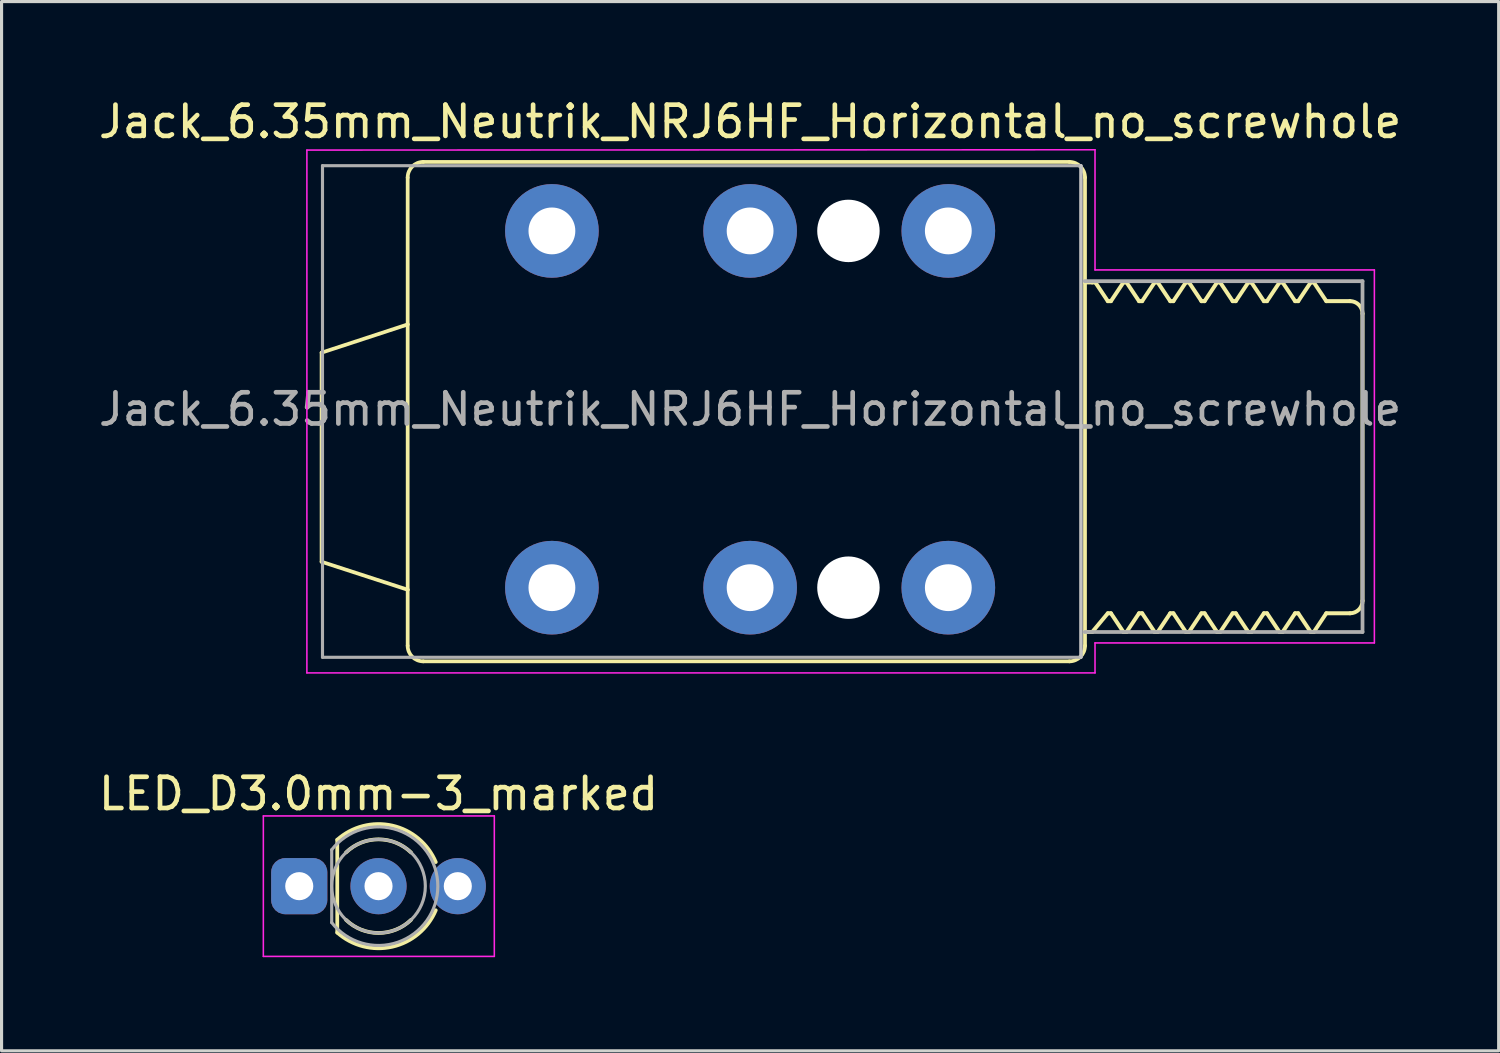
<source format=kicad_pcb>
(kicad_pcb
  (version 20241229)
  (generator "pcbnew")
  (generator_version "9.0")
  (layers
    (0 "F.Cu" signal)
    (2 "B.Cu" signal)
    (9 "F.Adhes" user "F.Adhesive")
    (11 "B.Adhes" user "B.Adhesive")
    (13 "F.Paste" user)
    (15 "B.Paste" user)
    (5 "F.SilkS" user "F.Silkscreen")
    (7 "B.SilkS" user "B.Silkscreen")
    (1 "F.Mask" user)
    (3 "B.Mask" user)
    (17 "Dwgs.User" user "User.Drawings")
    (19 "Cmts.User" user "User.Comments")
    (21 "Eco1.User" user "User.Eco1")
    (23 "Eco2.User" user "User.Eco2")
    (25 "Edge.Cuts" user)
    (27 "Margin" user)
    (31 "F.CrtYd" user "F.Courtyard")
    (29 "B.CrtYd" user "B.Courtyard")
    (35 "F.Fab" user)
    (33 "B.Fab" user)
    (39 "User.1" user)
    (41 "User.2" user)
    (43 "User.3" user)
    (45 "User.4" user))
  (footprint "Jack_6.35mm_Neutrik_NRJ6HF_Horizontal_no_screwhole"
    (layer "F.Cu")
    (at 14.632 4.348)
    (property "Reference" "Jack_6.35mm_Neutrik_NRJ6HF_Horizontal_no_screwhole" (at 6.35 -3.5 0) (layer "F.SilkS") (effects (font (size 1 1) (thickness 0.15))))
    (attr through_hole)
    (fp_line (start -7.379 3.9) (end -4.621 2.996) (stroke (width 0.12) (type solid)) (layer "F.SilkS"))
    (fp_line (start -7.379 10.6) (end -7.379 3.9) (stroke (width 0.12) (type solid)) (layer "F.SilkS"))
    (fp_line (start -4.621 -1.71) (end -4.621 2.996) (stroke (width 0.12) (type solid)) (layer "F.SilkS"))
    (fp_line (start -4.621 2.996) (end -4.621 11.496) (stroke (width 0.12) (type solid)) (layer "F.SilkS"))
    (fp_line (start -4.621 11.496) (end -7.379 10.6) (stroke (width 0.12) (type solid)) (layer "F.SilkS"))
    (fp_line (start -4.621 11.496) (end -4.621 13.29) (stroke (width 0.12) (type solid)) (layer "F.SilkS"))
    (fp_line (start -4.121 -2.21) (end 16.579 -2.21) (stroke (width 0.12) (type solid)) (layer "F.SilkS"))
    (fp_line (start -4.121 13.79) (end 16.579 13.79) (stroke (width 0.12) (type solid)) (layer "F.SilkS"))
    (fp_line (start 17.079 -1.71) (end 17.079 13.29) (stroke (width 0.12) (type solid)) (layer "F.SilkS"))
    (fp_line (start 17.31 1.65) (end 17.079 1.65) (stroke (width 0.127) (type solid)) (layer "F.SilkS"))
    (fp_line (start 17.31 12.85) (end 17.079 12.85) (stroke (width 0.127) (type solid)) (layer "F.SilkS"))
    (fp_line (start 17.41 1.65) (end 17.31 1.65) (stroke (width 0.127) (type solid)) (layer "F.SilkS"))
    (fp_line (start 17.81 2.25) (end 17.41 1.65) (stroke (width 0.127) (type solid)) (layer "F.SilkS"))
    (fp_line (start 17.81 12.25) (end 17.31 12.85) (stroke (width 0.127) (type solid)) (layer "F.SilkS"))
    (fp_line (start 17.91 2.25) (end 17.81 2.25) (stroke (width 0.127) (type solid)) (layer "F.SilkS"))
    (fp_line (start 17.91 12.25) (end 17.81 12.25) (stroke (width 0.127) (type solid)) (layer "F.SilkS"))
    (fp_line (start 18.31 1.65) (end 17.91 2.25) (stroke (width 0.127) (type solid)) (layer "F.SilkS"))
    (fp_line (start 18.31 12.85) (end 17.91 12.25) (stroke (width 0.127) (type solid)) (layer "F.SilkS"))
    (fp_line (start 18.41 1.65) (end 18.31 1.65) (stroke (width 0.127) (type solid)) (layer "F.SilkS"))
    (fp_line (start 18.41 12.85) (end 18.31 12.85) (stroke (width 0.127) (type solid)) (layer "F.SilkS"))
    (fp_line (start 18.81 2.25) (end 18.41 1.65) (stroke (width 0.127) (type solid)) (layer "F.SilkS"))
    (fp_line (start 18.81 12.25) (end 18.41 12.85) (stroke (width 0.127) (type solid)) (layer "F.SilkS"))
    (fp_line (start 18.91 2.25) (end 18.81 2.25) (stroke (width 0.127) (type solid)) (layer "F.SilkS"))
    (fp_line (start 18.91 12.25) (end 18.81 12.25) (stroke (width 0.127) (type solid)) (layer "F.SilkS"))
    (fp_line (start 19.31 1.65) (end 18.91 2.25) (stroke (width 0.127) (type solid)) (layer "F.SilkS"))
    (fp_line (start 19.31 12.85) (end 18.91 12.25) (stroke (width 0.127) (type solid)) (layer "F.SilkS"))
    (fp_line (start 19.41 1.65) (end 19.31 1.65) (stroke (width 0.127) (type solid)) (layer "F.SilkS"))
    (fp_line (start 19.41 12.85) (end 19.31 12.85) (stroke (width 0.127) (type solid)) (layer "F.SilkS"))
    (fp_line (start 19.81 2.25) (end 19.41 1.65) (stroke (width 0.127) (type solid)) (layer "F.SilkS"))
    (fp_line (start 19.81 12.25) (end 19.41 12.85) (stroke (width 0.127) (type solid)) (layer "F.SilkS"))
    (fp_line (start 19.91 2.25) (end 19.81 2.25) (stroke (width 0.127) (type solid)) (layer "F.SilkS"))
    (fp_line (start 19.91 12.25) (end 19.81 12.25) (stroke (width 0.127) (type solid)) (layer "F.SilkS"))
    (fp_line (start 20.31 1.65) (end 19.91 2.25) (stroke (width 0.127) (type solid)) (layer "F.SilkS"))
    (fp_line (start 20.31 12.85) (end 19.91 12.25) (stroke (width 0.127) (type solid)) (layer "F.SilkS"))
    (fp_line (start 20.41 1.65) (end 20.31 1.65) (stroke (width 0.127) (type solid)) (layer "F.SilkS"))
    (fp_line (start 20.41 12.85) (end 20.31 12.85) (stroke (width 0.127) (type solid)) (layer "F.SilkS"))
    (fp_line (start 20.81 2.25) (end 20.41 1.65) (stroke (width 0.127) (type solid)) (layer "F.SilkS"))
    (fp_line (start 20.81 12.25) (end 20.41 12.85) (stroke (width 0.127) (type solid)) (layer "F.SilkS"))
    (fp_line (start 20.91 2.25) (end 20.81 2.25) (stroke (width 0.127) (type solid)) (layer "F.SilkS"))
    (fp_line (start 20.91 12.25) (end 20.81 12.25) (stroke (width 0.127) (type solid)) (layer "F.SilkS"))
    (fp_line (start 21.31 1.65) (end 20.91 2.25) (stroke (width 0.127) (type solid)) (layer "F.SilkS"))
    (fp_line (start 21.31 12.85) (end 20.91 12.25) (stroke (width 0.127) (type solid)) (layer "F.SilkS"))
    (fp_line (start 21.41 1.65) (end 21.31 1.65) (stroke (width 0.127) (type solid)) (layer "F.SilkS"))
    (fp_line (start 21.41 12.85) (end 21.31 12.85) (stroke (width 0.127) (type solid)) (layer "F.SilkS"))
    (fp_line (start 21.81 2.25) (end 21.41 1.65) (stroke (width 0.127) (type solid)) (layer "F.SilkS"))
    (fp_line (start 21.81 12.25) (end 21.41 12.85) (stroke (width 0.127) (type solid)) (layer "F.SilkS"))
    (fp_line (start 21.91 2.25) (end 21.81 2.25) (stroke (width 0.127) (type solid)) (layer "F.SilkS"))
    (fp_line (start 21.91 12.25) (end 21.81 12.25) (stroke (width 0.127) (type solid)) (layer "F.SilkS"))
    (fp_line (start 22.31 1.65) (end 21.91 2.25) (stroke (width 0.127) (type solid)) (layer "F.SilkS"))
    (fp_line (start 22.31 12.85) (end 21.91 12.25) (stroke (width 0.127) (type solid)) (layer "F.SilkS"))
    (fp_line (start 22.41 1.65) (end 22.31 1.65) (stroke (width 0.127) (type solid)) (layer "F.SilkS"))
    (fp_line (start 22.41 12.85) (end 22.31 12.85) (stroke (width 0.127) (type solid)) (layer "F.SilkS"))
    (fp_line (start 22.81 2.25) (end 22.41 1.65) (stroke (width 0.127) (type solid)) (layer "F.SilkS"))
    (fp_line (start 22.81 12.25) (end 22.41 12.85) (stroke (width 0.127) (type solid)) (layer "F.SilkS"))
    (fp_line (start 22.91 2.25) (end 22.81 2.25) (stroke (width 0.127) (type solid)) (layer "F.SilkS"))
    (fp_line (start 22.91 12.25) (end 22.81 12.25) (stroke (width 0.127) (type solid)) (layer "F.SilkS"))
    (fp_line (start 23.31 1.65) (end 22.91 2.25) (stroke (width 0.127) (type solid)) (layer "F.SilkS"))
    (fp_line (start 23.31 12.85) (end 22.91 12.25) (stroke (width 0.127) (type solid)) (layer "F.SilkS"))
    (fp_line (start 23.41 1.65) (end 23.31 1.65) (stroke (width 0.127) (type solid)) (layer "F.SilkS"))
    (fp_line (start 23.41 12.85) (end 23.31 12.85) (stroke (width 0.127) (type solid)) (layer "F.SilkS"))
    (fp_line (start 23.81 2.25) (end 23.41 1.65) (stroke (width 0.127) (type solid)) (layer "F.SilkS"))
    (fp_line (start 23.81 12.25) (end 23.41 12.85) (stroke (width 0.127) (type solid)) (layer "F.SilkS"))
    (fp_line (start 23.91 2.25) (end 23.81 2.25) (stroke (width 0.127) (type solid)) (layer "F.SilkS"))
    (fp_line (start 23.91 12.25) (end 23.81 12.25) (stroke (width 0.127) (type solid)) (layer "F.SilkS"))
    (fp_line (start 24.31 1.65) (end 23.91 2.25) (stroke (width 0.127) (type solid)) (layer "F.SilkS"))
    (fp_line (start 24.31 12.85) (end 23.91 12.25) (stroke (width 0.127) (type solid)) (layer "F.SilkS"))
    (fp_line (start 24.41 1.65) (end 24.31 1.65) (stroke (width 0.127) (type solid)) (layer "F.SilkS"))
    (fp_line (start 24.41 12.85) (end 24.31 12.85) (stroke (width 0.127) (type solid)) (layer "F.SilkS"))
    (fp_line (start 24.81 2.25) (end 24.41 1.65) (stroke (width 0.127) (type solid)) (layer "F.SilkS"))
    (fp_line (start 24.81 2.25) (end 25.57 2.25) (stroke (width 0.127) (type solid)) (layer "F.SilkS"))
    (fp_line (start 24.81 12.25) (end 24.41 12.85) (stroke (width 0.127) (type solid)) (layer "F.SilkS"))
    (fp_line (start 25.57 12.25) (end 24.81 12.25) (stroke (width 0.127) (type solid)) (layer "F.SilkS"))
    (fp_line (start 25.97 2.65) (end 25.97 11.85) (stroke (width 0.127) (type solid)) (layer "F.SilkS"))
    (fp_arc (start -4.621 -1.71) (mid -4.474553 -2.063553) (end -4.121 -2.21) (stroke (width 0.12) (type solid)) (layer "F.SilkS"))
    (fp_arc (start -4.121 13.79) (mid -4.474553 13.643553) (end -4.621 13.29) (stroke (width 0.12) (type solid)) (layer "F.SilkS"))
    (fp_arc (start 16.579 -2.21) (mid 16.932553 -2.063553) (end 17.079 -1.71) (stroke (width 0.12) (type solid)) (layer "F.SilkS"))
    (fp_arc (start 17.079 13.29) (mid 16.932553 13.643553) (end 16.579 13.79) (stroke (width 0.12) (type solid)) (layer "F.SilkS"))
    (fp_arc (start 25.57 2.25) (mid 25.852843 2.367157) (end 25.97 2.65) (stroke (width 0.127) (type solid)) (layer "F.SilkS"))
    (fp_arc (start 25.97 11.85) (mid 25.852843 12.132843) (end 25.57 12.25) (stroke (width 0.127) (type solid)) (layer "F.SilkS"))
    (fp_line (start 16.95 -2.09) (end 16.95 13.66) (stroke (width 0.1) (type solid)) (layer "Dwgs.User"))
    (fp_line (start -7.85 14.16) (end -7.85 -2.59) (stroke (width 0.05) (type solid)) (layer "F.CrtYd"))
    (fp_line (start -7.85 14.16) (end 17.4 14.16) (stroke (width 0.05) (type solid)) (layer "F.CrtYd"))
    (fp_line (start 17.4 -2.6) (end -7.85 -2.59) (stroke (width 0.05) (type solid)) (layer "F.CrtYd"))
    (fp_line (start 17.4 -2.6) (end 17.4 1.25) (stroke (width 0.05) (type solid)) (layer "F.CrtYd"))
    (fp_line (start 17.4 1.25) (end 26.35 1.25) (stroke (width 0.05) (type solid)) (layer "F.CrtYd"))
    (fp_line (start 17.4 13.2) (end 17.4 14.16) (stroke (width 0.05) (type solid)) (layer "F.CrtYd"))
    (fp_line (start 17.4 13.2) (end 26.35 13.2) (stroke (width 0.05) (type solid)) (layer "F.CrtYd"))
    (fp_line (start 26.35 13.2) (end 26.35 1.25) (stroke (width 0.05) (type solid)) (layer "F.CrtYd"))
    (fp_line (start -7.35 -2.09) (end 16.95 -2.09) (stroke (width 0.1) (type solid)) (layer "F.Fab"))
    (fp_line (start -7.35 13.66) (end -7.35 -2.09) (stroke (width 0.1) (type solid)) (layer "F.Fab"))
    (fp_line (start 16.95 -2.09) (end 16.95 13.66) (stroke (width 0.1) (type solid)) (layer "F.Fab"))
    (fp_line (start 16.95 13.66) (end -7.35 13.66) (stroke (width 0.1) (type solid)) (layer "F.Fab"))
    (fp_line (start 25.97 1.61) (end 17.07 1.61) (stroke (width 0.12) (type solid)) (layer "F.Fab"))
    (fp_line (start 25.97 12.85) (end 17.07 12.85) (stroke (width 0.12) (type solid)) (layer "F.Fab"))
    (fp_line (start 25.97 12.85) (end 25.97 1.61) (stroke (width 0.12) (type solid)) (layer "F.Fab"))
    (fp_text user "${REFERENCE}" (at 6.35 5.715 0) (layer "F.Fab") (effects (font (size 1 1) (thickness 0.15))))
    (pad "" np_thru_hole circle (at 9.5 0) (size 2 2) (drill 2) (layers "*.Cu" "*.Mask"))
    (pad "" np_thru_hole circle (at 9.5 11.43) (size 2 2) (drill 2) (layers "*.Cu" "*.Mask"))
    (pad "R" thru_hole circle (at 6.35 0) (size 3 3) (drill 1.5) (layers "*.Cu" "*.Mask"))
    (pad "RN" thru_hole circle (at 6.35 11.43) (size 3 3) (drill 1.5) (layers "*.Cu" "*.Mask"))
    (pad "S" thru_hole circle (at 12.7 0) (size 3 3) (drill 1.5) (layers "*.Cu" "*.Mask"))
    (pad "SN" thru_hole circle (at 12.7 11.43) (size 3 3) (drill 1.5) (layers "*.Cu" "*.Mask"))
    (pad "T" thru_hole circle (at 0 0) (size 3 3) (drill 1.5) (layers "*.Cu" "*.Mask"))
    (pad "TN" thru_hole circle (at 0 11.43) (size 3 3) (drill 1.5) (layers "*.Cu" "*.Mask")))
  (footprint "LED_D3.0mm-3_marked"
    (layer "F.Cu")
    (at 9.077 25.341)
    (property "Reference" "LED_D3.0mm-3_marked" (at 0 -2.96 0) (layer "F.SilkS") (effects (font (size 1 1) (thickness 0.15))))
    (attr through_hole)
    (fp_line (start -1.322 -1.488) (end -1.322 1.488) (stroke (width 0.12) (type solid)) (layer "F.SilkS"))
    (fp_arc (start -1.321755 -1.487636) (mid 0.440174 -1.940707) (end 1.834226 -0.771824) (stroke (width 0.12) (type solid)) (layer "F.SilkS"))
    (fp_arc (start -1.040961 -1.08) (mid 0.000117 -1.5) (end 1.04113 -1.079837) (stroke (width 0.12) (type solid)) (layer "F.SilkS"))
    (fp_arc (start 1.04113 1.079837) (mid 0.000117 1.5) (end -1.040961 1.08) (stroke (width 0.12) (type solid)) (layer "F.SilkS"))
    (fp_arc (start 1.834227 0.771824) (mid 0.440175 1.940708) (end -1.321755 1.487637) (stroke (width 0.12) (type solid)) (layer "F.SilkS"))
    (fp_line (start -3.69 -2.25) (end -3.69 2.25) (stroke (width 0.05) (type solid)) (layer "F.CrtYd"))
    (fp_line (start -3.69 2.25) (end 3.71 2.25) (stroke (width 0.05) (type solid)) (layer "F.CrtYd"))
    (fp_line (start 3.71 -2.25) (end -3.69 -2.25) (stroke (width 0.05) (type solid)) (layer "F.CrtYd"))
    (fp_line (start 3.71 2.25) (end 3.71 -2.25) (stroke (width 0.05) (type solid)) (layer "F.CrtYd"))
    (fp_line (start -1.5 -1.166) (end -1.5 1.166) (stroke (width 0.1) (type solid)) (layer "F.Fab"))
    (fp_arc (start -1.5 -1.16619) (mid 1.9 0.000452) (end -1.500555 1.165476) (stroke (width 0.1) (type solid)) (layer "F.Fab"))
    (fp_circle (center 0 0) (end 1.5 0) (stroke (width 0.1) (type solid)) (fill no) (layer "F.Fab"))
    (pad "1" thru_hole roundrect (at -2.54 0) (size 1.8 1.8) (drill 0.9) (layers "*.Cu" "*.Mask") (roundrect_rratio 0.25))
    (pad "2" thru_hole circle (at 0 0) (size 1.8 1.8) (drill 0.9) (layers "*.Cu" "*.Mask"))
    (pad "3" thru_hole circle (at 2.54 0) (size 1.8 1.8) (drill 0.9) (layers "*.Cu" "*.Mask")))
  (gr_rect
    (start -3 -3)
    (end 44.964 30.616)
    (stroke (width 0.1) (type default))
    (fill no)
    (layer "Edge.Cuts")))
</source>
